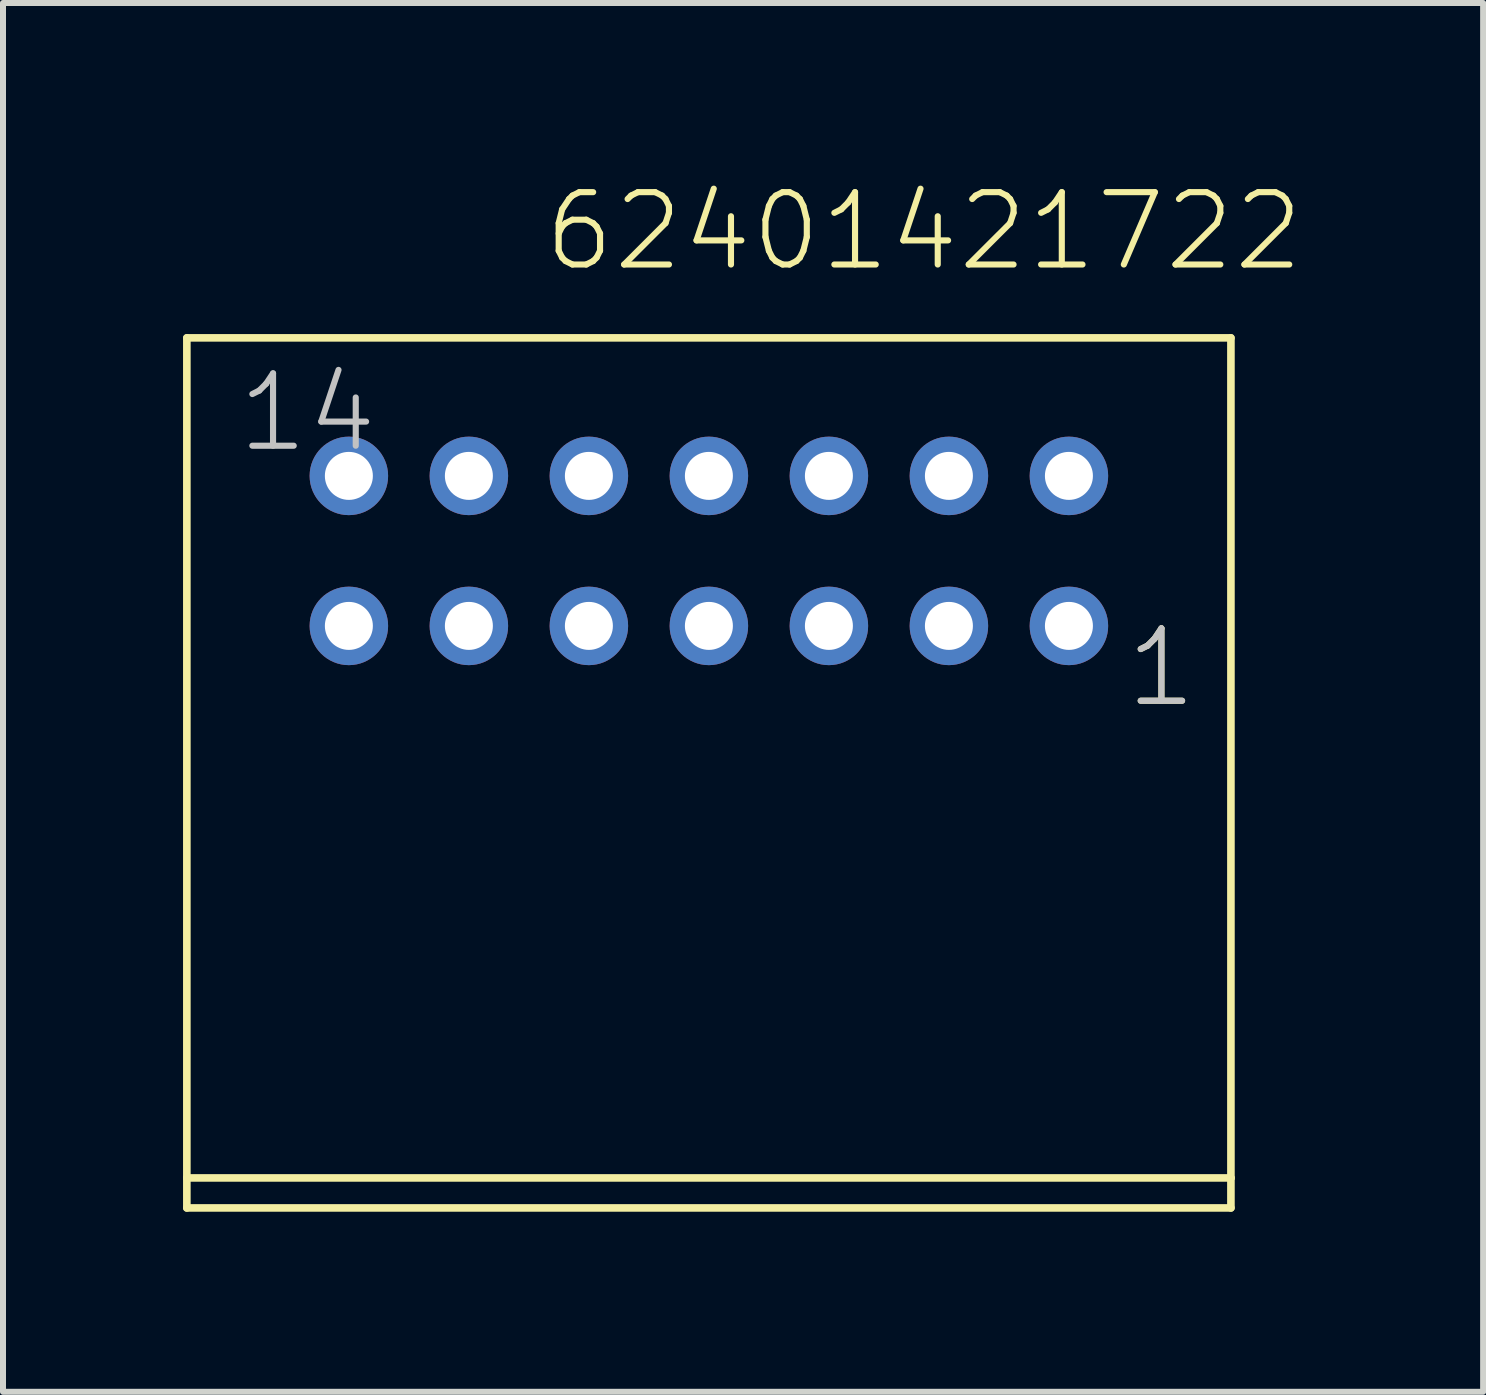
<source format=kicad_pcb>
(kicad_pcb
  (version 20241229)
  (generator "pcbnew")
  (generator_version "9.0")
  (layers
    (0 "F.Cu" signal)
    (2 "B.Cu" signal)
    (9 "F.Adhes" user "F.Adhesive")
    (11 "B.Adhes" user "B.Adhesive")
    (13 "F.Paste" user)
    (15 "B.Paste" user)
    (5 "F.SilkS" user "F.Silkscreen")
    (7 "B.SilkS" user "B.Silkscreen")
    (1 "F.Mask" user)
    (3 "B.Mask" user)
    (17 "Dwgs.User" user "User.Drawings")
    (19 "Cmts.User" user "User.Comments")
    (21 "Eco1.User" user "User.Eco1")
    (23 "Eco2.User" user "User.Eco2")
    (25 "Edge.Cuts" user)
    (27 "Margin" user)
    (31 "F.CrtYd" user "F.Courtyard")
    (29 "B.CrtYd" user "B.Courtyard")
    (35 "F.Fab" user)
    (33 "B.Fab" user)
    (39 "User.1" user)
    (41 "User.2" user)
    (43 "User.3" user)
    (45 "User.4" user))
  (footprint "62401421722"
    (layer "F.Cu")
    (at 8.764 6.131)
    (property "Reference" "62401421722" (at -2.8 -4.62 0) (layer "F.SilkS") (effects (font (size 1.206 1.206) (thickness 0.102)) (justify left bottom)))
    (attr through_hole)
    (fp_line (start -8.7 -3.55) (end -8.7 10.45) (stroke (width 0.127) (type solid)) (layer "F.SilkS"))
    (fp_line (start -8.7 10.45) (end -8.7 10.95) (stroke (width 0.127) (type solid)) (layer "F.SilkS"))
    (fp_line (start -8.7 10.45) (end 8.7 10.45) (stroke (width 0.127) (type solid)) (layer "F.SilkS"))
    (fp_line (start -8.7 10.95) (end 8.7 10.95) (stroke (width 0.127) (type solid)) (layer "F.SilkS"))
    (fp_line (start 8.7 -3.55) (end -8.7 -3.55) (stroke (width 0.127) (type solid)) (layer "F.SilkS"))
    (fp_line (start 8.7 10.45) (end 8.7 -3.55) (stroke (width 0.127) (type solid)) (layer "F.SilkS"))
    (fp_line (start 8.7 10.95) (end 8.7 10.45) (stroke (width 0.127) (type solid)) (layer "F.SilkS"))
    (fp_text user "1" (at 6.9 2.65 0) (layer "F.SilkS") (effects (font (size 1.206 1.206) (thickness 0.102)) (justify left bottom)))
    (fp_text user "14" (at -7.905 -1.6 0) (layer "Dwgs.User") (effects (font (size 1.206 1.206) (thickness 0.102)) (justify left bottom)))
    (fp_text user "1" (at 6.9 2.65 0) (layer "Dwgs.User") (effects (font (size 1.206 1.206) (thickness 0.102)) (justify left bottom)))
    (pad "1" thru_hole circle (at 6 1.25 180) (size 1.308 1.308) (drill 0.8) (layers "*.Cu" "*.Mask"))
    (pad "2" thru_hole circle (at 6 -1.25 180) (size 1.308 1.308) (drill 0.8) (layers "*.Cu" "*.Mask"))
    (pad "3" thru_hole circle (at 4 1.25 180) (size 1.308 1.308) (drill 0.8) (layers "*.Cu" "*.Mask"))
    (pad "4" thru_hole circle (at 4 -1.25 180) (size 1.308 1.308) (drill 0.8) (layers "*.Cu" "*.Mask"))
    (pad "5" thru_hole circle (at 2 1.25 180) (size 1.308 1.308) (drill 0.8) (layers "*.Cu" "*.Mask"))
    (pad "6" thru_hole circle (at 2 -1.25 180) (size 1.308 1.308) (drill 0.8) (layers "*.Cu" "*.Mask"))
    (pad "7" thru_hole circle (at 0 1.25 180) (size 1.308 1.308) (drill 0.8) (layers "*.Cu" "*.Mask"))
    (pad "8" thru_hole circle (at 0 -1.25 180) (size 1.308 1.308) (drill 0.8) (layers "*.Cu" "*.Mask"))
    (pad "9" thru_hole circle (at -2 1.25 180) (size 1.308 1.308) (drill 0.8) (layers "*.Cu" "*.Mask"))
    (pad "10" thru_hole circle (at -2 -1.25 180) (size 1.308 1.308) (drill 0.8) (layers "*.Cu" "*.Mask"))
    (pad "11" thru_hole circle (at -4 1.25 180) (size 1.308 1.308) (drill 0.8) (layers "*.Cu" "*.Mask"))
    (pad "12" thru_hole circle (at -4 -1.25 180) (size 1.308 1.308) (drill 0.8) (layers "*.Cu" "*.Mask"))
    (pad "13" thru_hole circle (at -6 1.25 180) (size 1.308 1.308) (drill 0.8) (layers "*.Cu" "*.Mask"))
    (pad "14" thru_hole circle (at -6 -1.25 180) (size 1.308 1.308) (drill 0.8) (layers "*.Cu" "*.Mask")))
  (gr_rect
    (start -3 -3)
    (end 21.667 20.145)
    (stroke (width 0.1) (type default))
    (fill no)
    (layer "Edge.Cuts")))
</source>
